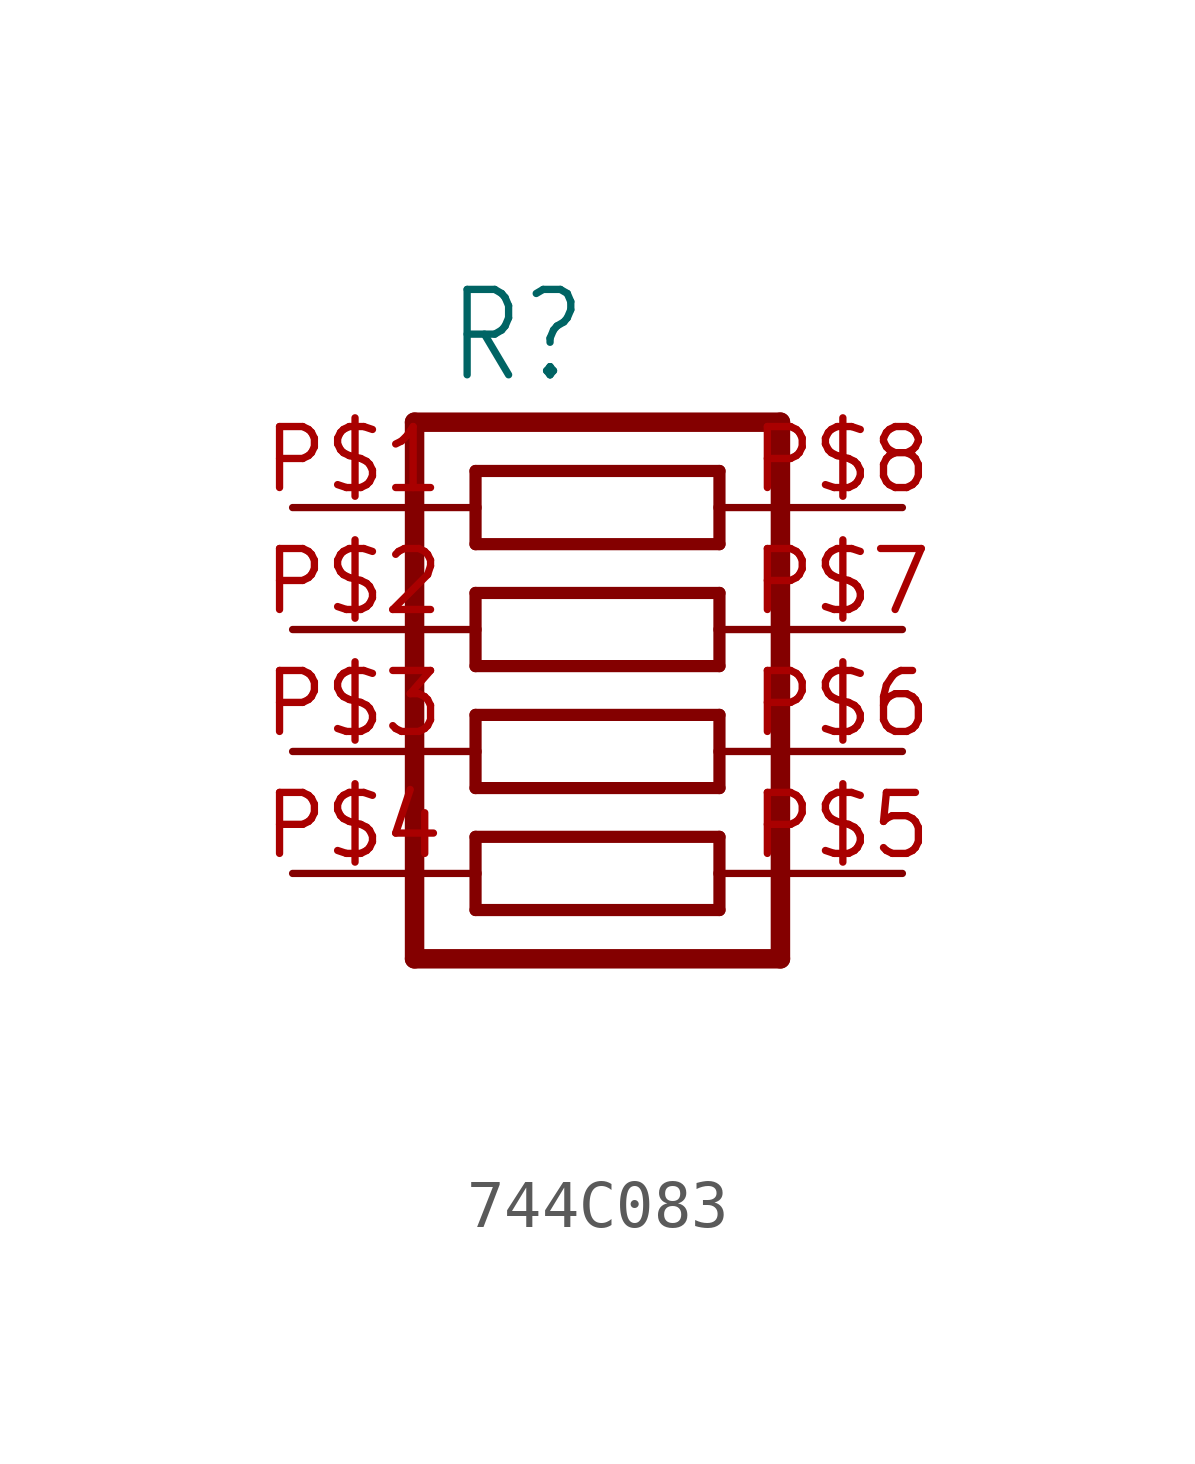
<source format=kicad_sym>
(kicad_symbol_lib
  (version 20231120)
  (generator "kicad_symbol_editor")
  (generator_version "8.0")
  (symbol "744C083"
    (property "Reference" "R"
      (at -1.905 5.08 0)
      (effects (font (size 1.778 1.511)) (justify left bottom)))
    (property "Value" ""
      (at -2.54 -9.398 0)
      (effects (font (size 1.778 1.511)) (justify left bottom)))
    (property "ki_locked" ""
      (at 0 0 0)
      (effects (font (size 1.27 1.27))))
    (symbol "744C083_1_0"
      (polyline (pts (xy -2.54 -5.08) (xy -1.27 -5.08)) (stroke (width 0.152) (type solid)) (fill (type none)))
      (polyline (pts (xy -2.54 -2.54) (xy -1.27 -2.54)) (stroke (width 0.152) (type solid)) (fill (type none)))
      (polyline (pts (xy -2.54 0) (xy -1.27 0)) (stroke (width 0.152) (type solid)) (fill (type none)))
      (polyline (pts (xy -2.54 4.318) (xy -2.54 -6.858)) (stroke (width 0.406) (type solid)) (fill (type none)))
      (polyline (pts (xy -1.27 -5.842) (xy 3.81 -5.842)) (stroke (width 0.254) (type solid)) (fill (type none)))
      (polyline (pts (xy -1.27 -5.08) (xy -1.27 -5.842)) (stroke (width 0.254) (type solid)) (fill (type none)))
      (polyline (pts (xy -1.27 -4.318) (xy -1.27 -5.08)) (stroke (width 0.254) (type solid)) (fill (type none)))
      (polyline (pts (xy -1.27 -3.302) (xy 3.81 -3.302)) (stroke (width 0.254) (type solid)) (fill (type none)))
      (polyline (pts (xy -1.27 -2.54) (xy -1.27 -3.302)) (stroke (width 0.254) (type solid)) (fill (type none)))
      (polyline (pts (xy -1.27 -1.778) (xy -1.27 -2.54)) (stroke (width 0.254) (type solid)) (fill (type none)))
      (polyline (pts (xy -1.27 -0.762) (xy 3.81 -0.762)) (stroke (width 0.254) (type solid)) (fill (type none)))
      (polyline (pts (xy -1.27 0) (xy -1.27 -0.762)) (stroke (width 0.254) (type solid)) (fill (type none)))
      (polyline (pts (xy -1.27 0.762) (xy -1.27 0)) (stroke (width 0.254) (type solid)) (fill (type none)))
      (polyline (pts (xy -1.27 1.778) (xy 3.81 1.778)) (stroke (width 0.254) (type solid)) (fill (type none)))
      (polyline (pts (xy -1.27 2.54) (xy -2.54 2.54)) (stroke (width 0.152) (type solid)) (fill (type none)))
      (polyline (pts (xy -1.27 2.54) (xy -1.27 1.778)) (stroke (width 0.254) (type solid)) (fill (type none)))
      (polyline (pts (xy -1.27 3.302) (xy -1.27 2.54)) (stroke (width 0.254) (type solid)) (fill (type none)))
      (polyline (pts (xy 3.81 -5.842) (xy 3.81 -5.08)) (stroke (width 0.254) (type solid)) (fill (type none)))
      (polyline (pts (xy 3.81 -5.08) (xy 3.81 -4.318)) (stroke (width 0.254) (type solid)) (fill (type none)))
      (polyline (pts (xy 3.81 -4.318) (xy -1.27 -4.318)) (stroke (width 0.254) (type solid)) (fill (type none)))
      (polyline (pts (xy 3.81 -3.302) (xy 3.81 -2.54)) (stroke (width 0.254) (type solid)) (fill (type none)))
      (polyline (pts (xy 3.81 -2.54) (xy 3.81 -1.778)) (stroke (width 0.254) (type solid)) (fill (type none)))
      (polyline (pts (xy 3.81 -1.778) (xy -1.27 -1.778)) (stroke (width 0.254) (type solid)) (fill (type none)))
      (polyline (pts (xy 3.81 -0.762) (xy 3.81 0)) (stroke (width 0.254) (type solid)) (fill (type none)))
      (polyline (pts (xy 3.81 0) (xy 3.81 0.762)) (stroke (width 0.254) (type solid)) (fill (type none)))
      (polyline (pts (xy 3.81 0.762) (xy -1.27 0.762)) (stroke (width 0.254) (type solid)) (fill (type none)))
      (polyline (pts (xy 3.81 1.778) (xy 3.81 2.54)) (stroke (width 0.254) (type solid)) (fill (type none)))
      (polyline (pts (xy 3.81 2.54) (xy 3.81 3.302)) (stroke (width 0.254) (type solid)) (fill (type none)))
      (polyline (pts (xy 3.81 2.54) (xy 5.08 2.54)) (stroke (width 0.152) (type solid)) (fill (type none)))
      (polyline (pts (xy 3.81 3.302) (xy -1.27 3.302)) (stroke (width 0.254) (type solid)) (fill (type none)))
      (polyline (pts (xy 5.08 -6.858) (xy -2.54 -6.858)) (stroke (width 0.406) (type solid)) (fill (type none)))
      (polyline (pts (xy 5.08 -5.08) (xy 3.81 -5.08)) (stroke (width 0.152) (type solid)) (fill (type none)))
      (polyline (pts (xy 5.08 -2.54) (xy 3.81 -2.54)) (stroke (width 0.152) (type solid)) (fill (type none)))
      (polyline (pts (xy 5.08 0) (xy 3.81 0)) (stroke (width 0.152) (type solid)) (fill (type none)))
      (polyline (pts (xy 5.08 4.318) (xy -2.54 4.318)) (stroke (width 0.406) (type solid)) (fill (type none)))
      (polyline (pts (xy 5.08 4.318) (xy 5.08 -6.858)) (stroke (width 0.406) (type solid)) (fill (type none)))
      (pin passive line (at -5.08 2.54 0) (length 2.54) (name "1" (effects (font (size 0 0)))) (number "P$1" (effects (font (size 1.27 1.27)))))
      (pin passive line (at -5.08 0 0) (length 2.54) (name "2" (effects (font (size 0 0)))) (number "P$2" (effects (font (size 1.27 1.27)))))
      (pin passive line (at -5.08 -2.54 0) (length 2.54) (name "3" (effects (font (size 0 0)))) (number "P$3" (effects (font (size 1.27 1.27)))))
      (pin passive line (at -5.08 -5.08 0) (length 2.54) (name "4" (effects (font (size 0 0)))) (number "P$4" (effects (font (size 1.27 1.27)))))
      (pin passive line (at 7.62 -5.08 180) (length 2.54) (name "5" (effects (font (size 0 0)))) (number "P$5" (effects (font (size 1.27 1.27)))))
      (pin passive line (at 7.62 -2.54 180) (length 2.54) (name "6" (effects (font (size 0 0)))) (number "P$6" (effects (font (size 1.27 1.27)))))
      (pin passive line (at 7.62 0 180) (length 2.54) (name "7" (effects (font (size 0 0)))) (number "P$7" (effects (font (size 1.27 1.27)))))
      (pin passive line (at 7.62 2.54 180) (length 2.54) (name "8" (effects (font (size 0 0)))) (number "P$8" (effects (font (size 1.27 1.27))))))))
</source>
